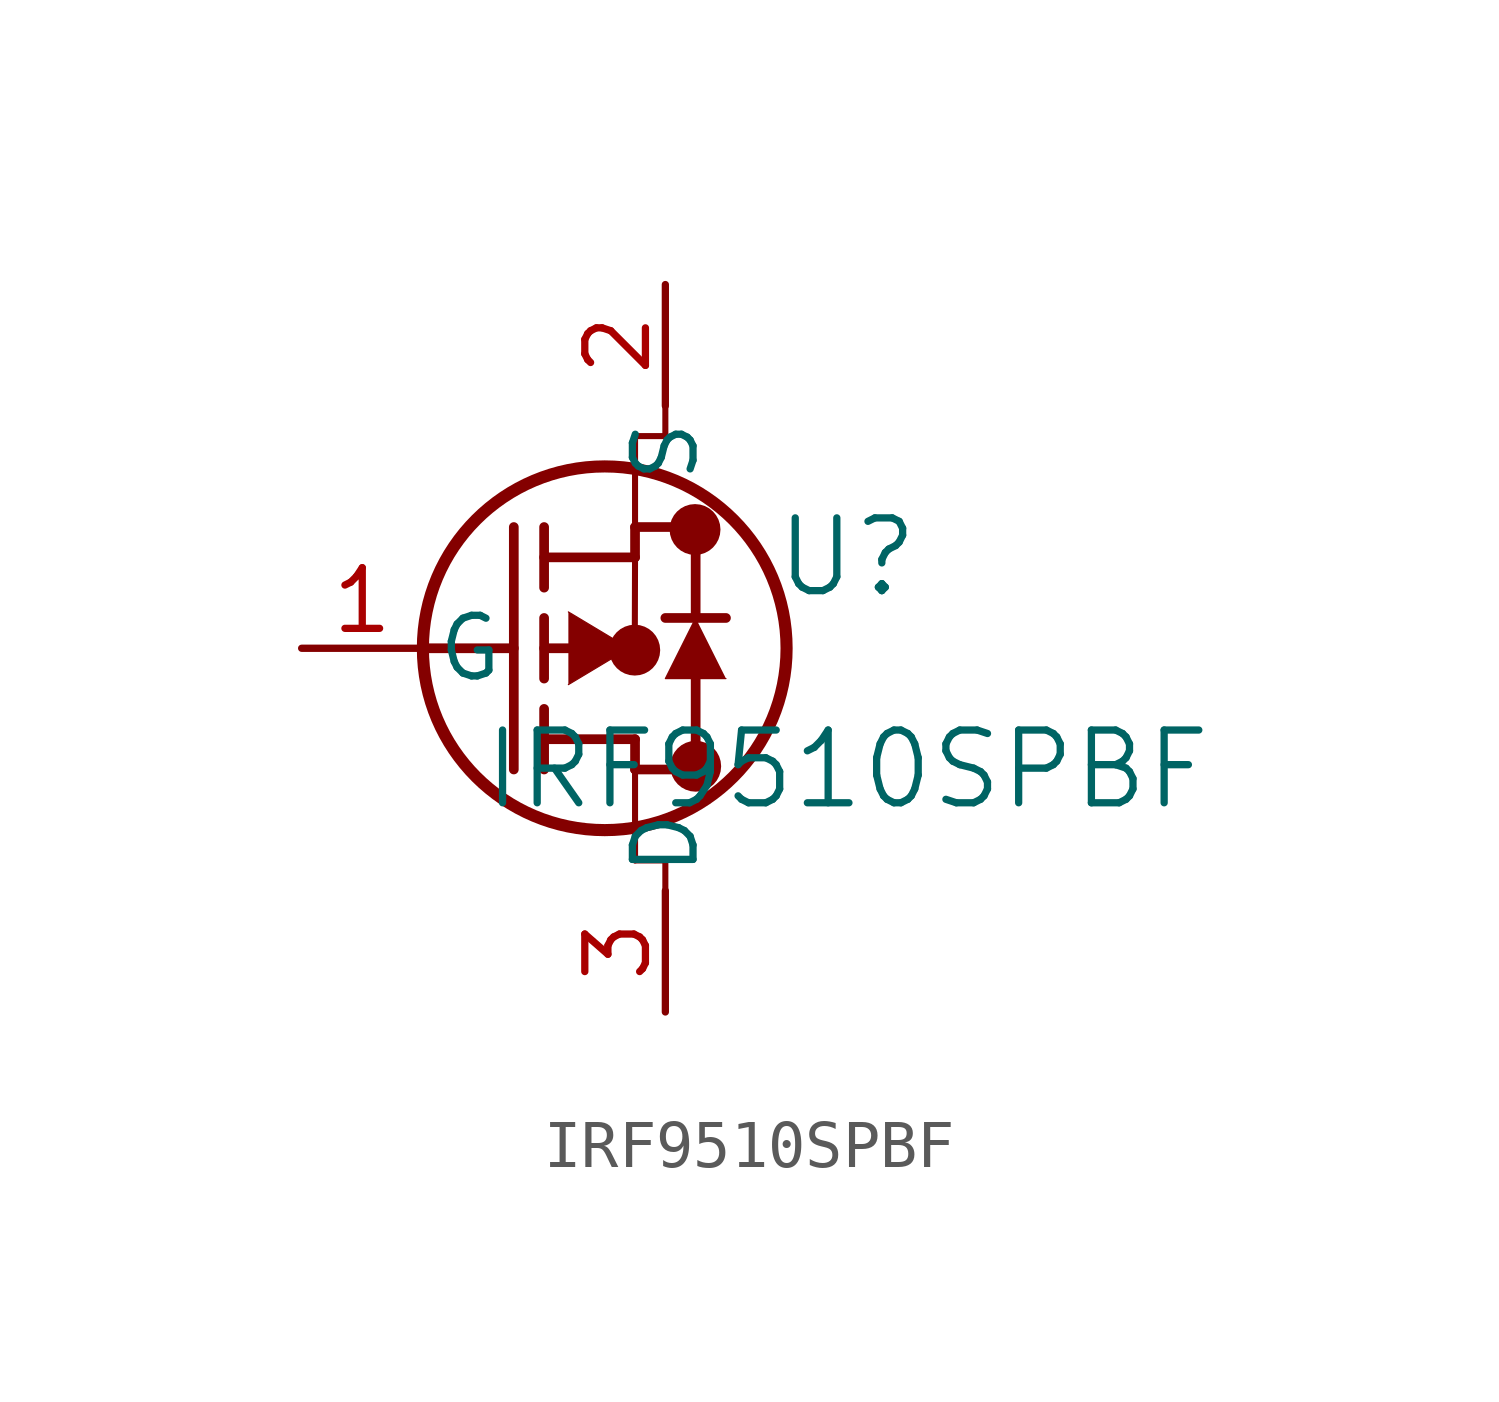
<source format=kicad_sym>
(kicad_symbol_lib
  (version 20211014)
  (generator kicad_symbol_editor)
  (symbol "IRF9510SPBF"
    (pin_names
      (offset 0.254))
    (property "Reference" "U"
      (at 11.43 1.905 0)
      (effects (font (size 1.524 1.524))))
    (property "Value" "IRF9510SPBF"
      (at 11.43 -2.54 0)
      (effects (font (size 1.524 1.524))))
    (symbol "IRF9510SPBF_0_1"
      (circle (center 8.242 2.488) (radius 0.025) (stroke (width 0.508) (type default) (color 0 0 0 0)) (fill (type none)))
      (circle (center 8.256 -2.472) (radius 0.025) (stroke (width 0.508) (type default) (color 0 0 0 0)) (fill (type none)))
      (circle (center 6.979 -0.039) (radius 0.025) (stroke (width 0.508) (type default) (color 0 0 0 0)) (fill (type none)))
      (circle (center 6.35 0) (radius 3.81) (stroke (width 0.254) (type default) (color 0 0 0 0)) (fill (type none)))
      (polyline (pts (xy 2.54 0) (xy 4.445 0)) (stroke (width 0.203) (type default) (color 0 0 0 0)) (fill (type none)))
      (polyline (pts (xy 4.445 -2.54) (xy 4.445 2.54)) (stroke (width 0.203) (type default) (color 0 0 0 0)) (fill (type none)))
      (polyline (pts (xy 5.08 -0.635) (xy 5.08 0.635)) (stroke (width 0.203) (type default) (color 0 0 0 0)) (fill (type none)))
      (polyline (pts (xy 5.08 -2.54) (xy 5.08 -1.27)) (stroke (width 0.203) (type default) (color 0 0 0 0)) (fill (type none)))
      (polyline (pts (xy 5.08 1.27) (xy 5.08 2.54)) (stroke (width 0.203) (type default) (color 0 0 0 0)) (fill (type none)))
      (polyline (pts (xy 5.08 0) (xy 5.842 0)) (stroke (width 0.203) (type default) (color 0 0 0 0)) (fill (type none)))
      (polyline (pts (xy 5.08 -1.905) (xy 6.985 -1.905)) (stroke (width 0.203) (type default) (color 0 0 0 0)) (fill (type none)))
      (polyline (pts (xy 6.985 -2.54) (xy 6.985 -1.905)) (stroke (width 0.203) (type default) (color 0 0 0 0)) (fill (type none)))
      (polyline (pts (xy 6.985 -2.54) (xy 8.255 -2.54)) (stroke (width 0.203) (type default) (color 0 0 0 0)) (fill (type none)))
      (polyline (pts (xy 5.08 1.905) (xy 6.985 1.905)) (stroke (width 0.203) (type default) (color 0 0 0 0)) (fill (type none)))
      (polyline (pts (xy 8.255 0.635) (xy 8.255 2.54)) (stroke (width 0.203) (type default) (color 0 0 0 0)) (fill (type none)))
      (polyline (pts (xy 5.588 0.762) (xy 6.858 0) (xy 5.588 -0.762)) (stroke (width 0.025) (type default) (color 0 0 0 0)) (fill (type outline)))
      (polyline (pts (xy 8.89 -0.635) (xy 7.62 -0.635) (xy 8.255 0.635)) (stroke (width 0.025) (type default) (color 0 0 0 0)) (fill (type outline)))
      (polyline (pts (xy 8.255 -2.54) (xy 8.255 -0.635)) (stroke (width 0.203) (type default) (color 0 0 0 0)) (fill (type none)))
      (polyline (pts (xy 8.89 0.635) (xy 7.62 0.635)) (stroke (width 0.203) (type default) (color 0 0 0 0)) (fill (type none)))
      (polyline (pts (xy 6.985 2.54) (xy 8.255 2.54)) (stroke (width 0.203) (type default) (color 0 0 0 0)) (fill (type none)))
      (polyline (pts (xy 6.985 1.905) (xy 6.985 2.54)) (stroke (width 0.203) (type default) (color 0 0 0 0)) (fill (type none)))
      (polyline (pts (xy 6.985 1.905) (xy 6.979 -0.039)) (stroke (width 0.127) (type default) (color 0 0 0 0)) (fill (type none)))
      (polyline (pts (xy 6.979 -0.039) (xy 6.604 0)) (stroke (width 0.127) (type default) (color 0 0 0 0)) (fill (type none)))
      (polyline (pts (xy 7.62 -4.445) (xy 7.62 -5.08)) (stroke (width 0.127) (type default) (color 0 0 0 0)) (fill (type none)))
      (polyline (pts (xy 7.62 -4.445) (xy 6.985 -4.445)) (stroke (width 0.127) (type default) (color 0 0 0 0)) (fill (type none)))
      (polyline (pts (xy 6.985 -2.54) (xy 6.985 -4.445)) (stroke (width 0.127) (type default) (color 0 0 0 0)) (fill (type none)))
      (polyline (pts (xy 7.62 5.08) (xy 7.62 4.445)) (stroke (width 0.127) (type default) (color 0 0 0 0)) (fill (type none)))
      (polyline (pts (xy 7.62 4.445) (xy 6.985 4.445)) (stroke (width 0.127) (type default) (color 0 0 0 0)) (fill (type none)))
      (polyline (pts (xy 6.985 4.445) (xy 6.985 2.54)) (stroke (width 0.127) (type default) (color 0 0 0 0)) (fill (type none)))
      (pin unspecified line (at 0 0 0) (length 2.54) (name "G" (effects (font (size 1.27 1.27)))) (number "1" (effects (font (size 1.27 1.27)))))
      (pin unspecified line (at 7.62 7.62 270) (length 2.54) (name "S" (effects (font (size 1.27 1.27)))) (number "2" (effects (font (size 1.27 1.27)))))
      (pin unspecified line (at 7.62 -7.62 90) (length 2.54) (name "D" (effects (font (size 1.27 1.27)))) (number "3" (effects (font (size 1.27 1.27))))))))
</source>
